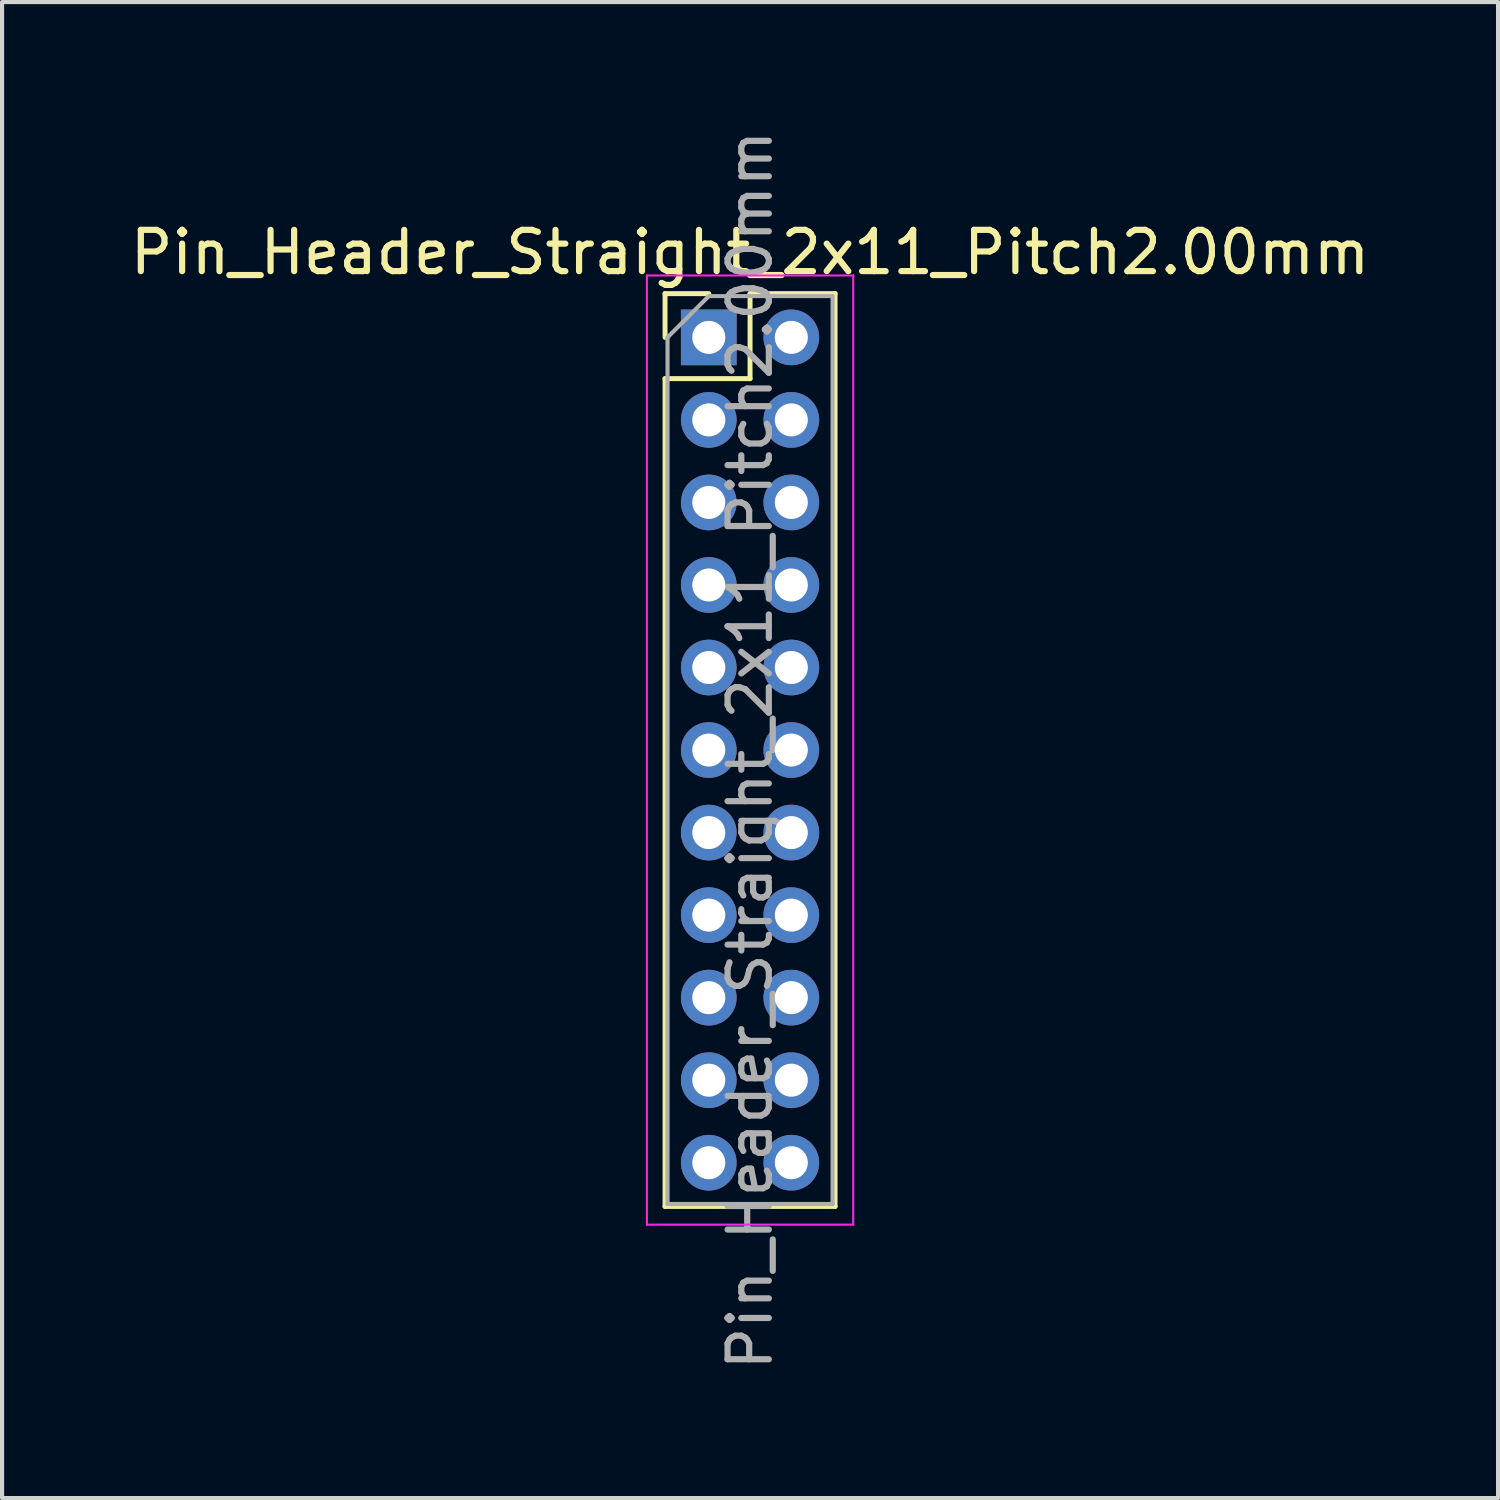
<source format=kicad_pcb>
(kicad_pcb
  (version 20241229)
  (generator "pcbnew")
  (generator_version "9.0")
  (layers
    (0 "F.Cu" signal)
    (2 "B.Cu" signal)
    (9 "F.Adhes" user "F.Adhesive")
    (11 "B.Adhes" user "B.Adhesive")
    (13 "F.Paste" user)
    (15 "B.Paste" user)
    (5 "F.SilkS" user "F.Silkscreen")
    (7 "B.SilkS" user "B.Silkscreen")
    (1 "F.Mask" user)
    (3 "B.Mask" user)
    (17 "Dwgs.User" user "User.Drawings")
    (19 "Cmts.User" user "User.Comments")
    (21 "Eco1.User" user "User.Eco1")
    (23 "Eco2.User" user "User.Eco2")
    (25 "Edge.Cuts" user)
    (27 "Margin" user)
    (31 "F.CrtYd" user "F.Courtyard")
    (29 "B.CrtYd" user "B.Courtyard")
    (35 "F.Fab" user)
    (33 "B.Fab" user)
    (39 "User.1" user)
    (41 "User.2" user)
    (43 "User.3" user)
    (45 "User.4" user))
  (footprint "Pin_Header_Straight_2x11_Pitch2.00mm"
    (layer "F.Cu")
    (at 14.125 5.125)
    (property "Reference" "Pin_Header_Straight_2x11_Pitch2.00mm" (at 1 -2.06 0) (layer "F.SilkS") (effects (font (size 1 1) (thickness 0.15))))
    (attr through_hole)
    (fp_line (start -1.06 -1.06) (end 0 -1.06) (stroke (width 0.12) (type solid)) (layer "F.SilkS"))
    (fp_line (start -1.06 0) (end -1.06 -1.06) (stroke (width 0.12) (type solid)) (layer "F.SilkS"))
    (fp_line (start -1.06 1) (end -1.06 21.06) (stroke (width 0.12) (type solid)) (layer "F.SilkS"))
    (fp_line (start -1.06 1) (end 1 1) (stroke (width 0.12) (type solid)) (layer "F.SilkS"))
    (fp_line (start -1.06 21.06) (end 3.06 21.06) (stroke (width 0.12) (type solid)) (layer "F.SilkS"))
    (fp_line (start 1 -1.06) (end 3.06 -1.06) (stroke (width 0.12) (type solid)) (layer "F.SilkS"))
    (fp_line (start 1 1) (end 1 -1.06) (stroke (width 0.12) (type solid)) (layer "F.SilkS"))
    (fp_line (start 3.06 -1.06) (end 3.06 21.06) (stroke (width 0.12) (type solid)) (layer "F.SilkS"))
    (fp_line (start -1.5 -1.5) (end -1.5 21.5) (stroke (width 0.05) (type solid)) (layer "F.CrtYd"))
    (fp_line (start -1.5 21.5) (end 3.5 21.5) (stroke (width 0.05) (type solid)) (layer "F.CrtYd"))
    (fp_line (start 3.5 -1.5) (end -1.5 -1.5) (stroke (width 0.05) (type solid)) (layer "F.CrtYd"))
    (fp_line (start 3.5 21.5) (end 3.5 -1.5) (stroke (width 0.05) (type solid)) (layer "F.CrtYd"))
    (fp_line (start -1 0) (end 0 -1) (stroke (width 0.1) (type solid)) (layer "F.Fab"))
    (fp_line (start -1 21) (end -1 0) (stroke (width 0.1) (type solid)) (layer "F.Fab"))
    (fp_line (start 0 -1) (end 3 -1) (stroke (width 0.1) (type solid)) (layer "F.Fab"))
    (fp_line (start 3 -1) (end 3 21) (stroke (width 0.1) (type solid)) (layer "F.Fab"))
    (fp_line (start 3 21) (end -1 21) (stroke (width 0.1) (type solid)) (layer "F.Fab"))
    (fp_text user "${REFERENCE}" (at 1 10 90) (layer "F.Fab") (effects (font (size 1 1) (thickness 0.15))))
    (pad "1" thru_hole rect (at 0 0) (size 1.35 1.35) (drill 0.8) (layers "*.Cu" "*.Mask"))
    (pad "2" thru_hole oval (at 2 0) (size 1.35 1.35) (drill 0.8) (layers "*.Cu" "*.Mask"))
    (pad "3" thru_hole oval (at 0 2) (size 1.35 1.35) (drill 0.8) (layers "*.Cu" "*.Mask"))
    (pad "4" thru_hole oval (at 2 2) (size 1.35 1.35) (drill 0.8) (layers "*.Cu" "*.Mask"))
    (pad "5" thru_hole oval (at 0 4) (size 1.35 1.35) (drill 0.8) (layers "*.Cu" "*.Mask"))
    (pad "6" thru_hole oval (at 2 4) (size 1.35 1.35) (drill 0.8) (layers "*.Cu" "*.Mask"))
    (pad "7" thru_hole oval (at 0 6) (size 1.35 1.35) (drill 0.8) (layers "*.Cu" "*.Mask"))
    (pad "8" thru_hole oval (at 2 6) (size 1.35 1.35) (drill 0.8) (layers "*.Cu" "*.Mask"))
    (pad "9" thru_hole oval (at 0 8) (size 1.35 1.35) (drill 0.8) (layers "*.Cu" "*.Mask"))
    (pad "10" thru_hole oval (at 2 8) (size 1.35 1.35) (drill 0.8) (layers "*.Cu" "*.Mask"))
    (pad "11" thru_hole oval (at 0 10) (size 1.35 1.35) (drill 0.8) (layers "*.Cu" "*.Mask"))
    (pad "12" thru_hole oval (at 2 10) (size 1.35 1.35) (drill 0.8) (layers "*.Cu" "*.Mask"))
    (pad "13" thru_hole oval (at 0 12) (size 1.35 1.35) (drill 0.8) (layers "*.Cu" "*.Mask"))
    (pad "14" thru_hole oval (at 2 12) (size 1.35 1.35) (drill 0.8) (layers "*.Cu" "*.Mask"))
    (pad "15" thru_hole oval (at 0 14) (size 1.35 1.35) (drill 0.8) (layers "*.Cu" "*.Mask"))
    (pad "16" thru_hole oval (at 2 14) (size 1.35 1.35) (drill 0.8) (layers "*.Cu" "*.Mask"))
    (pad "17" thru_hole oval (at 0 16) (size 1.35 1.35) (drill 0.8) (layers "*.Cu" "*.Mask"))
    (pad "18" thru_hole oval (at 2 16) (size 1.35 1.35) (drill 0.8) (layers "*.Cu" "*.Mask"))
    (pad "19" thru_hole oval (at 0 18) (size 1.35 1.35) (drill 0.8) (layers "*.Cu" "*.Mask"))
    (pad "20" thru_hole oval (at 2 18) (size 1.35 1.35) (drill 0.8) (layers "*.Cu" "*.Mask"))
    (pad "21" thru_hole oval (at 0 20) (size 1.35 1.35) (drill 0.8) (layers "*.Cu" "*.Mask"))
    (pad "22" thru_hole oval (at 2 20) (size 1.35 1.35) (drill 0.8) (layers "*.Cu" "*.Mask")))
  (gr_rect
    (start -3 -3)
    (end 33.25 33.25)
    (stroke (width 0.1) (type default))
    (fill no)
    (layer "Edge.Cuts")))
</source>
